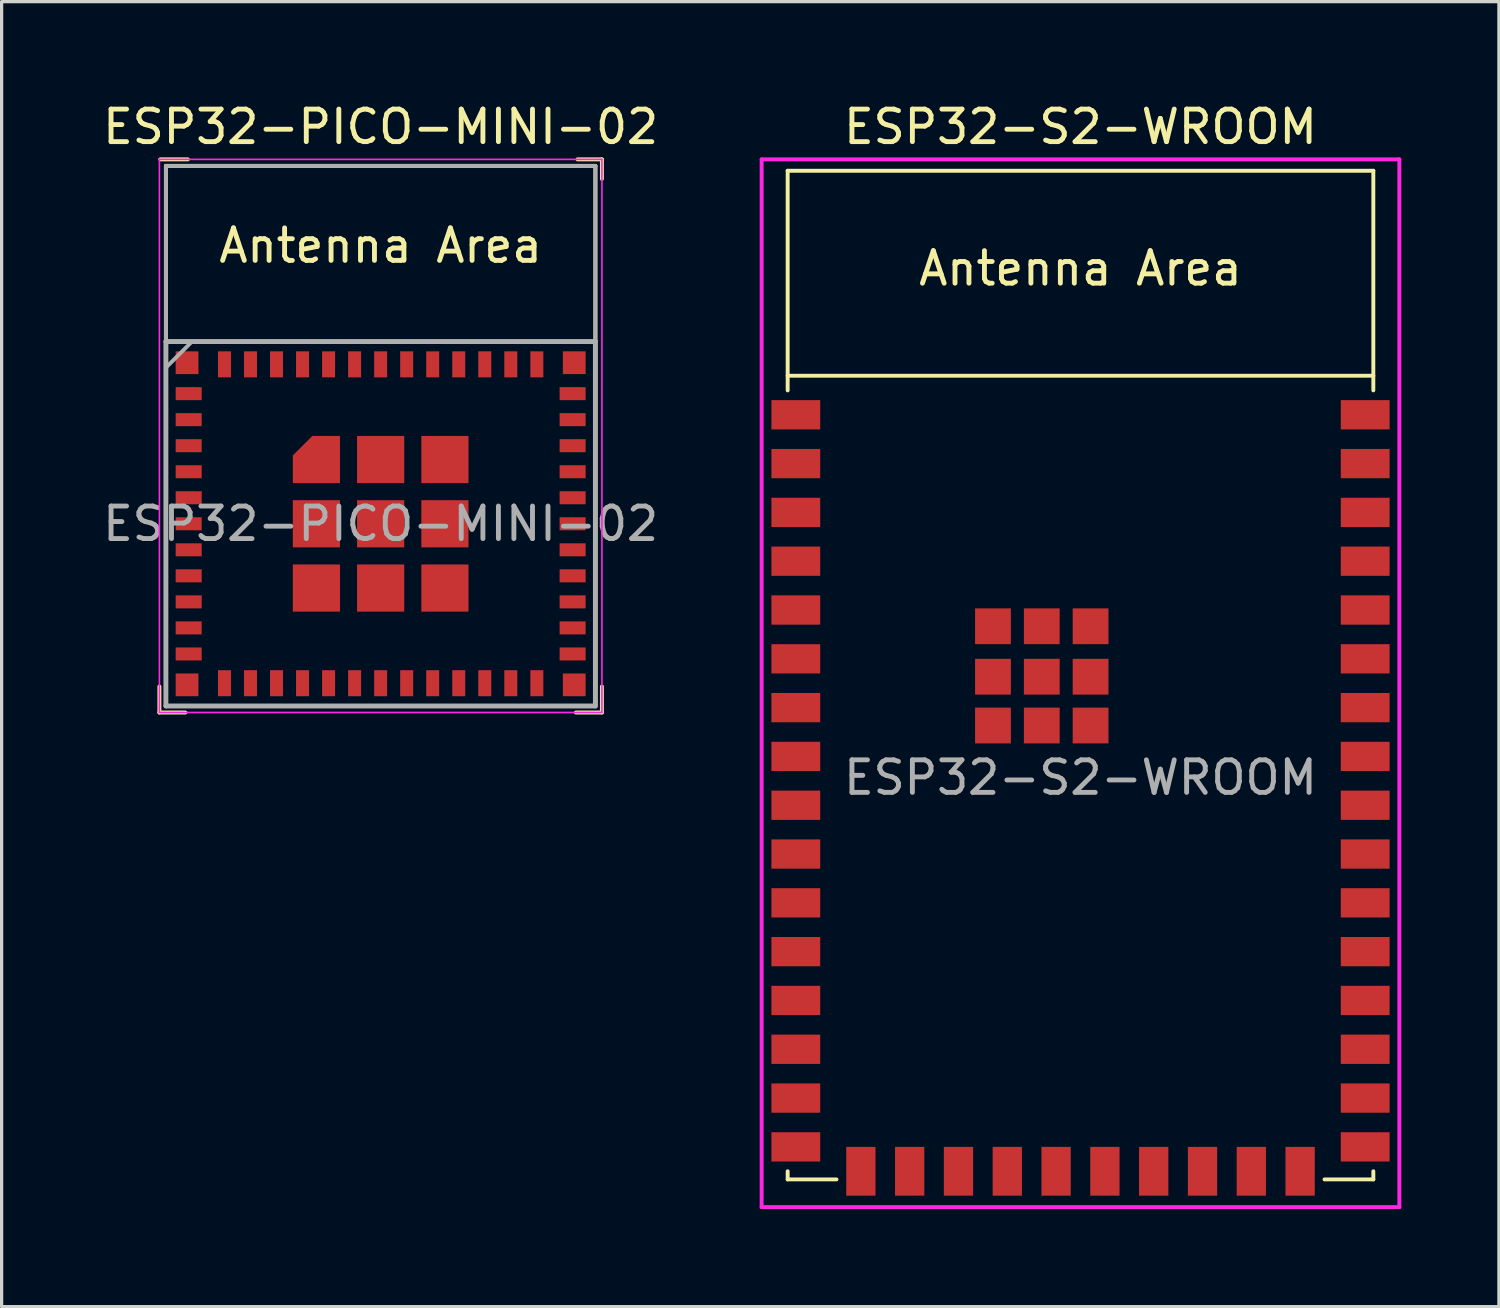
<source format=kicad_pcb>
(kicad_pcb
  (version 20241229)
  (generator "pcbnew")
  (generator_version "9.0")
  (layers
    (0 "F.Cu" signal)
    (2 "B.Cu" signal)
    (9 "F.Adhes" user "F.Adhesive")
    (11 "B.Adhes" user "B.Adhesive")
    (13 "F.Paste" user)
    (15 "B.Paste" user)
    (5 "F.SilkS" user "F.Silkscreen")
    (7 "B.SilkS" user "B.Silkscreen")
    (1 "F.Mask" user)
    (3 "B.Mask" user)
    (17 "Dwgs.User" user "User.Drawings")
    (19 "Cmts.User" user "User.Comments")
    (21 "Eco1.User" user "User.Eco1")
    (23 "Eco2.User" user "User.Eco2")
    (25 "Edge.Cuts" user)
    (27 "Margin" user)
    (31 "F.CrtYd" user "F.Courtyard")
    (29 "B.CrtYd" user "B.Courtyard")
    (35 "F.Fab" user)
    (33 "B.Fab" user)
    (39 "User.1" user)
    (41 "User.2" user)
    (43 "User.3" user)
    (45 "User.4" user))
  (footprint "ESP32-PICO-MINI-02"
    (layer "F.Cu")
    (at 8.649 13.048)
    (property "Reference" "ESP32-PICO-MINI-02" (at 0 -12.2 0) (layer "F.SilkS") (effects (font (size 1 1) (thickness 0.15))))
    (attr smd)
    (fp_line (start -6.8 5) (end -6.8 5.8) (stroke (width 0.12) (type solid)) (layer "F.SilkS"))
    (fp_line (start -6.8 5.8) (end -6 5.8) (stroke (width 0.12) (type solid)) (layer "F.SilkS"))
    (fp_line (start -6.6 -11) (end 6.6 -11) (stroke (width 0.12) (type solid)) (layer "F.SilkS"))
    (fp_line (start -6.6 -5.6) (end 6.6 -5.6) (stroke (width 0.12) (type solid)) (layer "F.SilkS"))
    (fp_line (start -6.6 5.6) (end -6.6 -11) (stroke (width 0.12) (type solid)) (layer "F.SilkS"))
    (fp_line (start -5.925 -11.2) (end -6.775 -11.2) (stroke (width 0.12) (type solid)) (layer "F.SilkS"))
    (fp_line (start 6.05 -11.2) (end 6.8 -11.2) (stroke (width 0.12) (type solid)) (layer "F.SilkS"))
    (fp_line (start 6.6 -11) (end 6.6 5.6) (stroke (width 0.12) (type solid)) (layer "F.SilkS"))
    (fp_line (start 6.6 5.6) (end -6.6 5.6) (stroke (width 0.12) (type solid)) (layer "F.SilkS"))
    (fp_line (start 6.8 -11.2) (end 6.8 -10.6) (stroke (width 0.12) (type solid)) (layer "F.SilkS"))
    (fp_line (start 6.8 5) (end 6.8 5.8) (stroke (width 0.12) (type solid)) (layer "F.SilkS"))
    (fp_line (start 6.8 5.8) (end 6 5.8) (stroke (width 0.12) (type solid)) (layer "F.SilkS"))
    (fp_line (start -6.8 -11.2) (end 6.8 -11.2) (stroke (width 0.05) (type solid)) (layer "F.CrtYd"))
    (fp_line (start -6.8 5.8) (end -6.8 -11.2) (stroke (width 0.05) (type solid)) (layer "F.CrtYd"))
    (fp_line (start 6.8 -11.2) (end 6.8 5.8) (stroke (width 0.05) (type solid)) (layer "F.CrtYd"))
    (fp_line (start 6.8 5.8) (end -6.8 5.8) (stroke (width 0.05) (type solid)) (layer "F.CrtYd"))
    (fp_line (start -6.6 -5.6) (end -6.6 -11) (stroke (width 0.12) (type solid)) (layer "F.Fab"))
    (fp_line (start -6.6 -5.6) (end -6.6 5.6) (stroke (width 0.15) (type solid)) (layer "F.Fab"))
    (fp_line (start -6.6 5.6) (end 6.6 5.6) (stroke (width 0.15) (type solid)) (layer "F.Fab"))
    (fp_line (start -5.8 -5.6) (end -6.6 -4.8) (stroke (width 0.12) (type solid)) (layer "F.Fab"))
    (fp_line (start 6.6 -11) (end -6.6 -11) (stroke (width 0.12) (type solid)) (layer "F.Fab"))
    (fp_line (start 6.6 -5.6) (end -6.6 -5.6) (stroke (width 0.15) (type solid)) (layer "F.Fab"))
    (fp_line (start 6.6 -5.6) (end 6.6 -11) (stroke (width 0.12) (type solid)) (layer "F.Fab"))
    (fp_line (start 6.6 5.6) (end 6.6 -5.6) (stroke (width 0.15) (type solid)) (layer "F.Fab"))
    (fp_text user "Antenna Area" (at 0 -8.55 0) (layer "F.SilkS") (effects (font (size 1 1) (thickness 0.15))))
    (fp_text user "${REFERENCE}" (at 0 0 0) (layer "F.Fab") (effects (font (size 1 1) (thickness 0.15))))
    (pad "1" smd rect (at -5.9 -4 90) (size 0.4 0.8) (layers "F.Cu" "F.Mask" "F.Paste"))
    (pad "2" smd rect (at -5.9 -3.2 90) (size 0.4 0.8) (layers "F.Cu" "F.Mask" "F.Paste"))
    (pad "3" smd rect (at -5.9 -2.4 90) (size 0.4 0.8) (layers "F.Cu" "F.Mask" "F.Paste"))
    (pad "4" smd rect (at -5.9 -1.6 90) (size 0.4 0.8) (layers "F.Cu" "F.Mask" "F.Paste"))
    (pad "5" smd rect (at -5.9 -0.8 90) (size 0.4 0.8) (layers "F.Cu" "F.Mask" "F.Paste"))
    (pad "6" smd rect (at -5.9 0 90) (size 0.4 0.8) (layers "F.Cu" "F.Mask" "F.Paste"))
    (pad "7" smd rect (at -5.9 0.8 90) (size 0.4 0.8) (layers "F.Cu" "F.Mask" "F.Paste"))
    (pad "8" smd rect (at -5.9 1.6 90) (size 0.4 0.8) (layers "F.Cu" "F.Mask" "F.Paste"))
    (pad "9" smd rect (at -5.9 2.4 90) (size 0.4 0.8) (layers "F.Cu" "F.Mask" "F.Paste"))
    (pad "10" smd rect (at -5.9 3.2 90) (size 0.4 0.8) (layers "F.Cu" "F.Mask" "F.Paste"))
    (pad "11" smd rect (at -5.9 4 90) (size 0.4 0.8) (layers "F.Cu" "F.Mask" "F.Paste"))
    (pad "12" smd rect (at -4.8 4.9) (size 0.4 0.8) (layers "F.Cu" "F.Mask" "F.Paste"))
    (pad "13" smd rect (at -4 4.9) (size 0.4 0.8) (layers "F.Cu" "F.Mask" "F.Paste"))
    (pad "14" smd rect (at -3.2 4.9) (size 0.4 0.8) (layers "F.Cu" "F.Mask" "F.Paste"))
    (pad "15" smd rect (at -2.4 4.9) (size 0.4 0.8) (layers "F.Cu" "F.Mask" "F.Paste"))
    (pad "16" smd rect (at -1.6 4.9) (size 0.4 0.8) (layers "F.Cu" "F.Mask" "F.Paste"))
    (pad "17" smd rect (at -0.8 4.9) (size 0.4 0.8) (layers "F.Cu" "F.Mask" "F.Paste"))
    (pad "18" smd rect (at 0 4.9) (size 0.4 0.8) (layers "F.Cu" "F.Mask" "F.Paste"))
    (pad "19" smd rect (at 0.8 4.9) (size 0.4 0.8) (layers "F.Cu" "F.Mask" "F.Paste"))
    (pad "20" smd rect (at 1.6 4.9) (size 0.4 0.8) (layers "F.Cu" "F.Mask" "F.Paste"))
    (pad "21" smd rect (at 2.4 4.9) (size 0.4 0.8) (layers "F.Cu" "F.Mask" "F.Paste"))
    (pad "22" smd rect (at 3.2 4.9) (size 0.4 0.8) (layers "F.Cu" "F.Mask" "F.Paste"))
    (pad "23" smd rect (at 4 4.9) (size 0.4 0.8) (layers "F.Cu" "F.Mask" "F.Paste"))
    (pad "24" smd rect (at 4.8 4.9) (size 0.4 0.8) (layers "F.Cu" "F.Mask" "F.Paste"))
    (pad "25" smd rect (at 5.9 4 90) (size 0.4 0.8) (layers "F.Cu" "F.Mask" "F.Paste"))
    (pad "26" smd rect (at 5.9 3.2 90) (size 0.4 0.8) (layers "F.Cu" "F.Mask" "F.Paste"))
    (pad "27" smd rect (at 5.9 2.4 90) (size 0.4 0.8) (layers "F.Cu" "F.Mask" "F.Paste"))
    (pad "28" smd rect (at 5.9 1.6 90) (size 0.4 0.8) (layers "F.Cu" "F.Mask" "F.Paste"))
    (pad "29" smd rect (at 5.9 0.8 90) (size 0.4 0.8) (layers "F.Cu" "F.Mask" "F.Paste"))
    (pad "30" smd rect (at 5.9 0 90) (size 0.4 0.8) (layers "F.Cu" "F.Mask" "F.Paste"))
    (pad "31" smd rect (at 5.9 -0.8 90) (size 0.4 0.8) (layers "F.Cu" "F.Mask" "F.Paste"))
    (pad "32" smd rect (at 5.9 -1.6 90) (size 0.4 0.8) (layers "F.Cu" "F.Mask" "F.Paste"))
    (pad "33" smd rect (at 5.9 -2.4 90) (size 0.4 0.8) (layers "F.Cu" "F.Mask" "F.Paste"))
    (pad "34" smd rect (at 5.9 -3.2 90) (size 0.4 0.8) (layers "F.Cu" "F.Mask" "F.Paste"))
    (pad "35" smd rect (at 5.9 -4 90) (size 0.4 0.8) (layers "F.Cu" "F.Mask" "F.Paste"))
    (pad "36" smd rect (at 4.8 -4.9) (size 0.4 0.8) (layers "F.Cu" "F.Mask" "F.Paste"))
    (pad "37" smd rect (at 4 -4.9) (size 0.4 0.8) (layers "F.Cu" "F.Mask" "F.Paste"))
    (pad "38" smd rect (at 3.2 -4.9) (size 0.4 0.8) (layers "F.Cu" "F.Mask" "F.Paste"))
    (pad "39" smd rect (at 2.4 -4.9) (size 0.4 0.8) (layers "F.Cu" "F.Mask" "F.Paste"))
    (pad "40" smd rect (at 1.6 -4.9) (size 0.4 0.8) (layers "F.Cu" "F.Mask" "F.Paste"))
    (pad "41" smd rect (at 0.8 -4.9) (size 0.4 0.8) (layers "F.Cu" "F.Mask" "F.Paste"))
    (pad "42" smd rect (at 0 -4.9) (size 0.4 0.8) (layers "F.Cu" "F.Mask" "F.Paste"))
    (pad "43" smd rect (at -0.8 -4.9) (size 0.4 0.8) (layers "F.Cu" "F.Mask" "F.Paste"))
    (pad "44" smd rect (at -1.6 -4.9) (size 0.4 0.8) (layers "F.Cu" "F.Mask" "F.Paste"))
    (pad "45" smd rect (at -2.4 -4.9) (size 0.4 0.8) (layers "F.Cu" "F.Mask" "F.Paste"))
    (pad "46" smd rect (at -3.2 -4.9) (size 0.4 0.8) (layers "F.Cu" "F.Mask" "F.Paste"))
    (pad "47" smd rect (at -4 -4.9) (size 0.4 0.8) (layers "F.Cu" "F.Mask" "F.Paste"))
    (pad "48" smd rect (at -4.8 -4.9) (size 0.4 0.8) (layers "F.Cu" "F.Mask" "F.Paste"))
    (pad "49" smd custom (at -1.975 -1.975) (size 0.8 0.8) (layers "F.Cu" "F.Mask" "F.Paste") (options (anchor rect)) (primitives (gr_poly (pts (xy 0.725 0.725) (xy -0.725 0.725) (xy -0.725 -0.125) (xy -0.125 -0.725) (xy 0.725 -0.725)) (width 0) (fill yes))))
    (pad "49" smd rect (at -1.975 0 90) (size 1.45 1.45) (layers "F.Cu" "F.Mask" "F.Paste"))
    (pad "49" smd rect (at -1.975 1.975 90) (size 1.45 1.45) (layers "F.Cu" "F.Mask" "F.Paste"))
    (pad "49" smd rect (at 0 -1.975 90) (size 1.45 1.45) (layers "F.Cu" "F.Mask" "F.Paste"))
    (pad "49" smd rect (at 0 0 90) (size 1.45 1.45) (layers "F.Cu" "F.Mask" "F.Paste"))
    (pad "49" smd rect (at 0 1.975 90) (size 1.45 1.45) (layers "F.Cu" "F.Mask" "F.Paste"))
    (pad "49" smd rect (at 1.975 -1.975 90) (size 1.45 1.45) (layers "F.Cu" "F.Mask" "F.Paste"))
    (pad "49" smd rect (at 1.975 0 90) (size 1.45 1.45) (layers "F.Cu" "F.Mask" "F.Paste"))
    (pad "49" smd rect (at 1.975 1.975 90) (size 1.45 1.45) (layers "F.Cu" "F.Mask" "F.Paste"))
    (pad "50" smd rect (at 5.95 -4.95 90) (size 0.7 0.7) (layers "F.Cu" "F.Mask" "F.Paste"))
    (pad "51" smd rect (at 5.95 4.95 90) (size 0.7 0.7) (layers "F.Cu" "F.Mask" "F.Paste"))
    (pad "52" smd rect (at -5.95 4.95 90) (size 0.7 0.7) (layers "F.Cu" "F.Mask" "F.Paste"))
    (pad "53" smd rect (at -5.95 -4.95 90) (size 0.7 0.7) (layers "F.Cu" "F.Mask" "F.Paste")))
  (footprint "ESP32-S2-WROOM"
    (layer "F.Cu")
    (at 30.158 20.848)
    (property "Reference" "ESP32-S2-WROOM" (at 0 -20 0) (layer "F.SilkS") (effects (font (size 1 1) (thickness 0.15))))
    (attr smd)
    (fp_line (start -9 -18.65) (end -9 -11.9) (stroke (width 0.12) (type solid)) (layer "F.SilkS"))
    (fp_line (start -9 -18.65) (end 9 -18.65) (stroke (width 0.12) (type solid)) (layer "F.SilkS"))
    (fp_line (start -9 12.1) (end -9 12.35) (stroke (width 0.12) (type solid)) (layer "F.SilkS"))
    (fp_line (start -9 12.35) (end -7.5 12.35) (stroke (width 0.12) (type solid)) (layer "F.SilkS"))
    (fp_line (start 9 -12.35) (end -9 -12.35) (stroke (width 0.12) (type solid)) (layer "F.SilkS"))
    (fp_line (start 9 -11.9) (end 9 -18.65) (stroke (width 0.12) (type solid)) (layer "F.SilkS"))
    (fp_line (start 9 12.1) (end 9 12.35) (stroke (width 0.12) (type solid)) (layer "F.SilkS"))
    (fp_line (start 9 12.35) (end 7.5 12.35) (stroke (width 0.12) (type solid)) (layer "F.SilkS"))
    (fp_line (start -9 -18.65) (end 9 -18.65) (stroke (width 0.12) (type solid)) (layer "Eco2.User"))
    (fp_line (start -9 -12.35) (end 9 -12.35) (stroke (width 0.12) (type solid)) (layer "Eco2.User"))
    (fp_line (start -9 12.35) (end -9 -18.65) (stroke (width 0.12) (type solid)) (layer "Eco2.User"))
    (fp_line (start 9 -18.65) (end 9 12.35) (stroke (width 0.12) (type solid)) (layer "Eco2.User"))
    (fp_line (start 9 12.35) (end -9 12.35) (stroke (width 0.12) (type solid)) (layer "Eco2.User"))
    (fp_line (start -9.8 -19) (end -9.8 13.2) (stroke (width 0.12) (type solid)) (layer "F.CrtYd"))
    (fp_line (start 9.8 -19) (end -9.8 -19) (stroke (width 0.12) (type solid)) (layer "F.CrtYd"))
    (fp_line (start 9.8 13.2) (end -9.8 13.2) (stroke (width 0.12) (type solid)) (layer "F.CrtYd"))
    (fp_line (start 9.8 13.2) (end 9.8 -19) (stroke (width 0.12) (type solid)) (layer "F.CrtYd"))
    (fp_text user "Antenna Area" (at 0 -15.65 0) (layer "F.SilkS") (effects (font (size 1 1) (thickness 0.15))))
    (fp_text user "Antenna Area" (at 0 -15.65 0) (layer "Eco2.User") (effects (font (size 1 1) (thickness 0.15))))
    (fp_text user "${REFERENCE}" (at 0 0 0) (layer "F.Fab") (effects (font (size 1 1) (thickness 0.15))))
    (pad "1" smd rect (at -8.75 -11.15) (size 1.5 0.9) (layers "F.Cu" "F.Mask" "F.Paste"))
    (pad "2" smd rect (at -8.75 -9.65) (size 1.5 0.9) (layers "F.Cu" "F.Mask" "F.Paste"))
    (pad "3" smd rect (at -8.75 -8.15) (size 1.5 0.9) (layers "F.Cu" "F.Mask" "F.Paste"))
    (pad "4" smd rect (at -8.75 -6.65) (size 1.5 0.9) (layers "F.Cu" "F.Mask" "F.Paste"))
    (pad "5" smd rect (at -8.75 -5.15) (size 1.5 0.9) (layers "F.Cu" "F.Mask" "F.Paste"))
    (pad "6" smd rect (at -8.75 -3.65) (size 1.5 0.9) (layers "F.Cu" "F.Mask" "F.Paste"))
    (pad "7" smd rect (at -8.75 -2.15) (size 1.5 0.9) (layers "F.Cu" "F.Mask" "F.Paste"))
    (pad "8" smd rect (at -8.75 -0.65) (size 1.5 0.9) (layers "F.Cu" "F.Mask" "F.Paste"))
    (pad "9" smd rect (at -8.75 0.85) (size 1.5 0.9) (layers "F.Cu" "F.Mask" "F.Paste"))
    (pad "10" smd rect (at -8.75 2.35) (size 1.5 0.9) (layers "F.Cu" "F.Mask" "F.Paste"))
    (pad "11" smd rect (at -8.75 3.85) (size 1.5 0.9) (layers "F.Cu" "F.Mask" "F.Paste"))
    (pad "12" smd rect (at -8.75 5.35) (size 1.5 0.9) (layers "F.Cu" "F.Mask" "F.Paste"))
    (pad "13" smd rect (at -8.75 6.85) (size 1.5 0.9) (layers "F.Cu" "F.Mask" "F.Paste"))
    (pad "14" smd rect (at -8.75 8.35) (size 1.5 0.9) (layers "F.Cu" "F.Mask" "F.Paste"))
    (pad "15" smd rect (at -8.75 9.85) (size 1.5 0.9) (layers "F.Cu" "F.Mask" "F.Paste"))
    (pad "16" smd rect (at -8.75 11.35) (size 1.5 0.9) (layers "F.Cu" "F.Mask" "F.Paste"))
    (pad "17" smd rect (at -6.75 12.1 90) (size 1.5 0.9) (layers "F.Cu" "F.Mask" "F.Paste"))
    (pad "18" smd rect (at -5.25 12.1 90) (size 1.5 0.9) (layers "F.Cu" "F.Mask" "F.Paste"))
    (pad "19" smd rect (at -3.75 12.1 90) (size 1.5 0.9) (layers "F.Cu" "F.Mask" "F.Paste"))
    (pad "20" smd rect (at -2.25 12.1 90) (size 1.5 0.9) (layers "F.Cu" "F.Mask" "F.Paste"))
    (pad "21" smd rect (at -0.75 12.1 90) (size 1.5 0.9) (layers "F.Cu" "F.Mask" "F.Paste"))
    (pad "22" smd rect (at 0.75 12.1 90) (size 1.5 0.9) (layers "F.Cu" "F.Mask" "F.Paste"))
    (pad "23" smd rect (at 2.25 12.1 90) (size 1.5 0.9) (layers "F.Cu" "F.Mask" "F.Paste"))
    (pad "24" smd rect (at 3.75 12.1 90) (size 1.5 0.9) (layers "F.Cu" "F.Mask" "F.Paste"))
    (pad "25" smd rect (at 5.25 12.1 90) (size 1.5 0.9) (layers "F.Cu" "F.Mask" "F.Paste"))
    (pad "26" smd rect (at 6.75 12.1 90) (size 1.5 0.9) (layers "F.Cu" "F.Mask" "F.Paste"))
    (pad "27" smd rect (at 8.75 11.35 180) (size 1.5 0.9) (layers "F.Cu" "F.Mask" "F.Paste"))
    (pad "28" smd rect (at 8.75 9.85 180) (size 1.5 0.9) (layers "F.Cu" "F.Mask" "F.Paste"))
    (pad "29" smd rect (at 8.75 8.35 180) (size 1.5 0.9) (layers "F.Cu" "F.Mask" "F.Paste"))
    (pad "30" smd rect (at 8.75 6.85 180) (size 1.5 0.9) (layers "F.Cu" "F.Mask" "F.Paste"))
    (pad "31" smd rect (at 8.75 5.35 180) (size 1.5 0.9) (layers "F.Cu" "F.Mask" "F.Paste"))
    (pad "32" smd rect (at 8.75 3.85 180) (size 1.5 0.9) (layers "F.Cu" "F.Mask" "F.Paste"))
    (pad "33" smd rect (at 8.75 2.35 180) (size 1.5 0.9) (layers "F.Cu" "F.Mask" "F.Paste"))
    (pad "34" smd rect (at 8.75 0.85 180) (size 1.5 0.9) (layers "F.Cu" "F.Mask" "F.Paste"))
    (pad "35" smd rect (at 8.75 -0.65 180) (size 1.5 0.9) (layers "F.Cu" "F.Mask" "F.Paste"))
    (pad "36" smd rect (at 8.75 -2.15 180) (size 1.5 0.9) (layers "F.Cu" "F.Mask" "F.Paste"))
    (pad "37" smd rect (at 8.75 -3.65 180) (size 1.5 0.9) (layers "F.Cu" "F.Mask" "F.Paste"))
    (pad "38" smd rect (at 8.75 -5.15 180) (size 1.5 0.9) (layers "F.Cu" "F.Mask" "F.Paste"))
    (pad "39" smd rect (at 8.75 -6.65 180) (size 1.5 0.9) (layers "F.Cu" "F.Mask" "F.Paste"))
    (pad "40" smd rect (at 8.75 -8.15 180) (size 1.5 0.9) (layers "F.Cu" "F.Mask" "F.Paste"))
    (pad "41" smd rect (at 8.75 -9.65 180) (size 1.5 0.9) (layers "F.Cu" "F.Mask" "F.Paste"))
    (pad "42" smd rect (at 8.75 -11.15 180) (size 1.5 0.9) (layers "F.Cu" "F.Mask" "F.Paste"))
    (pad "43" smd rect (at -2.69 -4.65 180) (size 1.1 1.1) (layers "F.Cu" "F.Mask" "F.Paste"))
    (pad "43" smd rect (at -2.69 -3.1 180) (size 1.1 1.1) (layers "F.Cu" "F.Mask" "F.Paste"))
    (pad "43" smd rect (at -2.69 -1.6 180) (size 1.1 1.1) (layers "F.Cu" "F.Mask" "F.Paste"))
    (pad "43" smd rect (at -1.19 -4.65 180) (size 1.1 1.1) (layers "F.Cu" "F.Mask" "F.Paste"))
    (pad "43" smd rect (at -1.19 -3.1 180) (size 1.1 1.1) (layers "F.Cu" "F.Mask" "F.Paste"))
    (pad "43" smd rect (at -1.19 -1.6 180) (size 1.1 1.1) (layers "F.Cu" "F.Mask" "F.Paste"))
    (pad "43" smd rect (at 0.31 -4.65 180) (size 1.1 1.1) (layers "F.Cu" "F.Mask" "F.Paste"))
    (pad "43" smd rect (at 0.31 -3.1 180) (size 1.1 1.1) (layers "F.Cu" "F.Mask" "F.Paste"))
    (pad "43" smd rect (at 0.31 -1.6 180) (size 1.1 1.1) (layers "F.Cu" "F.Mask" "F.Paste")))
  (gr_rect
    (start -3 -3)
    (end 43.018 37.108)
    (stroke (width 0.1) (type default))
    (fill no)
    (layer "Edge.Cuts")))
</source>
